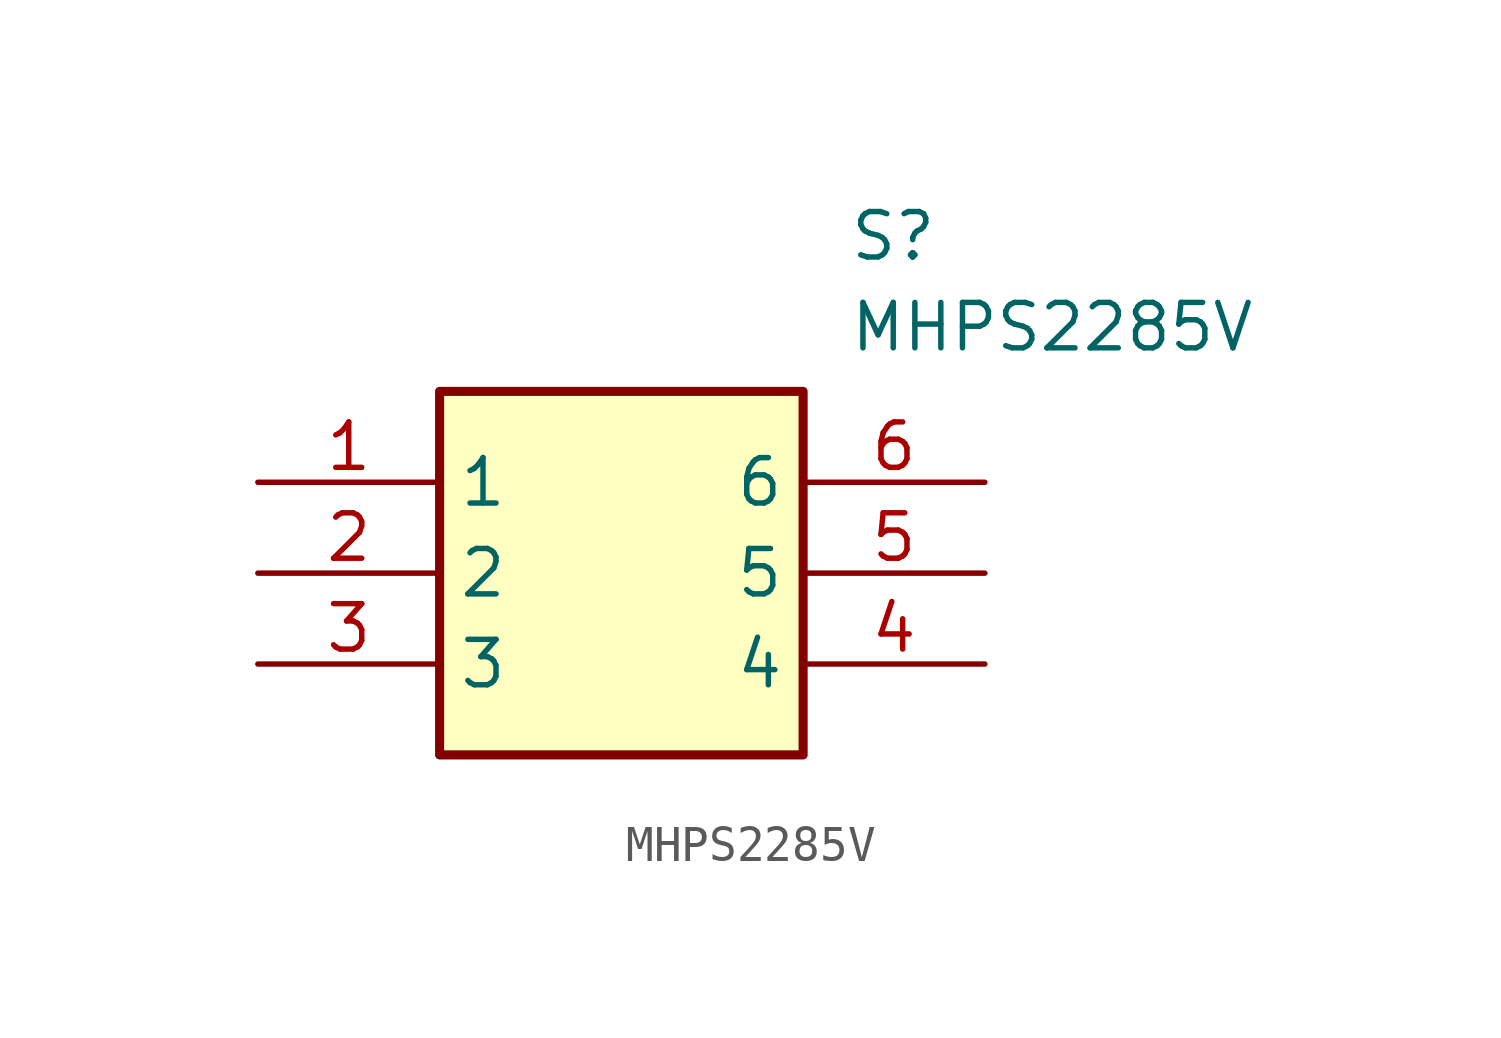
<source format=kicad_sym>
(kicad_symbol_lib
  (version 20241209)
  (generator "kicad_symbol_editor")
  (generator_version "9.0")
  (symbol "MHPS2285V"
    (property "Reference" "S"
      (at 16.51 7.62 0)
      (effects (font (size 1.27 1.27)) (justify left top)))
    (property "Value" "MHPS2285V"
      (at 16.51 5.08 0)
      (effects (font (size 1.27 1.27)) (justify left top)))
    (symbol "MHPS2285V_1_1"
      (rectangle (start 5.08 2.54) (end 15.24 -7.62) (stroke (width 0.254) (type default)) (fill (type background)))
      (pin input line (at 0 0 0) (length 5.08) (name "1" (effects (font (size 1.27 1.27)))) (number "1" (effects (font (size 1.27 1.27)))))
      (pin input line (at 0 -2.54 0) (length 5.08) (name "2" (effects (font (size 1.27 1.27)))) (number "2" (effects (font (size 1.27 1.27)))))
      (pin output line (at 0 -5.08 0) (length 5.08) (name "3" (effects (font (size 1.27 1.27)))) (number "3" (effects (font (size 1.27 1.27)))))
      (pin input line (at 20.32 0 180) (length 5.08) (name "6" (effects (font (size 1.27 1.27)))) (number "6" (effects (font (size 1.27 1.27)))))
      (pin input line (at 20.32 -2.54 180) (length 5.08) (name "5" (effects (font (size 1.27 1.27)))) (number "5" (effects (font (size 1.27 1.27)))))
      (pin output line (at 20.32 -5.08 180) (length 5.08) (name "4" (effects (font (size 1.27 1.27)))) (number "4" (effects (font (size 1.27 1.27))))))))
</source>
